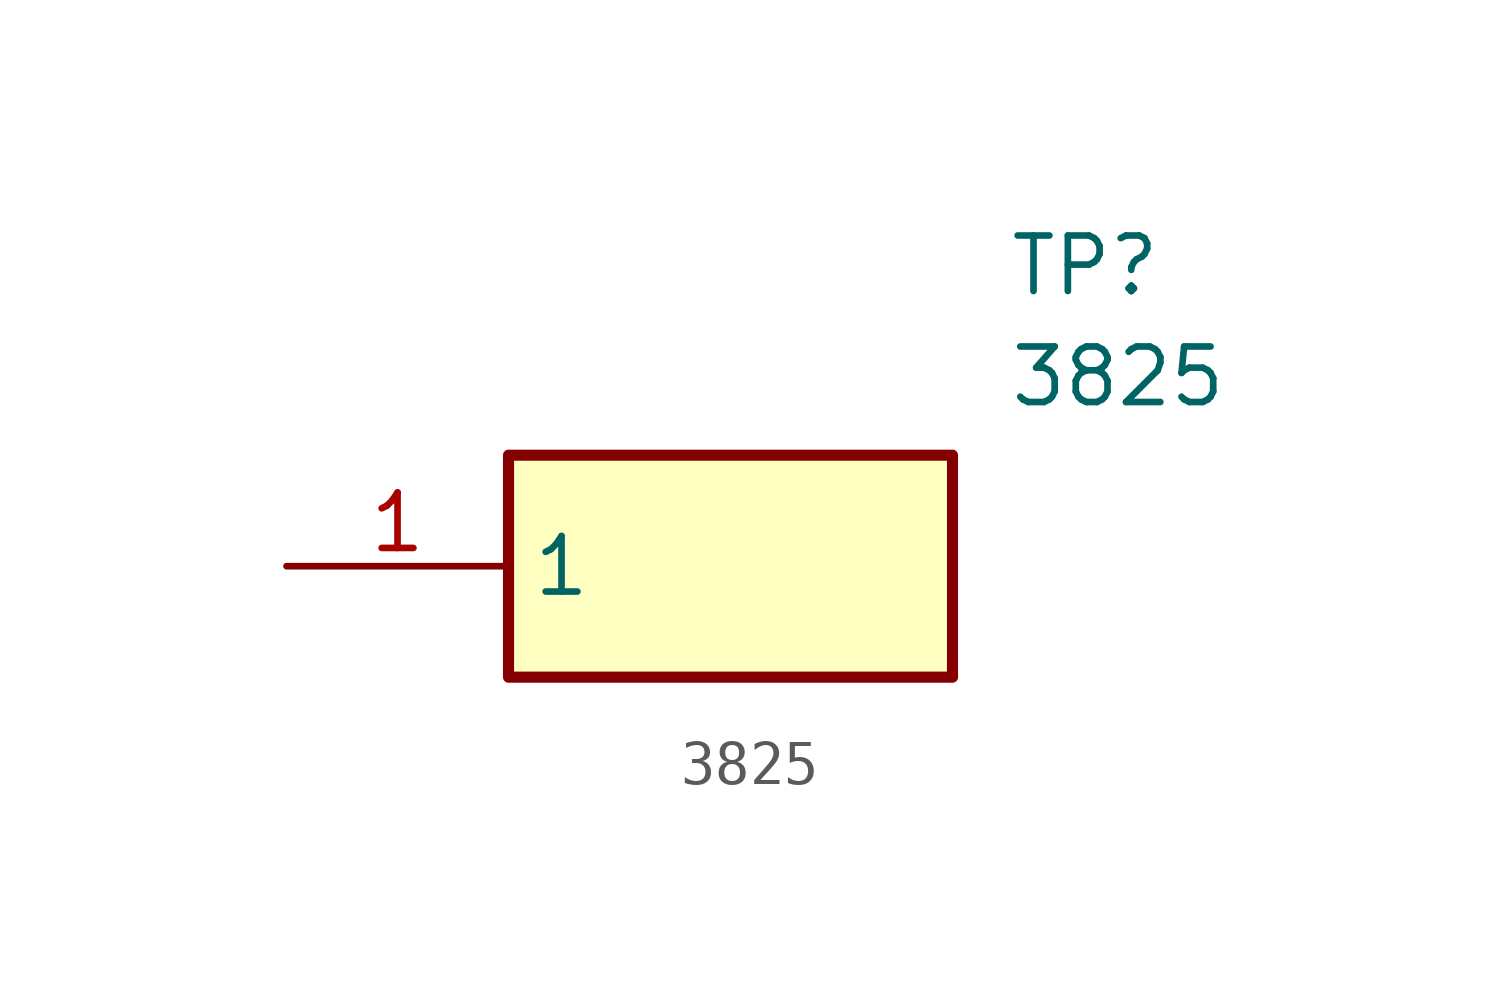
<source format=kicad_sym>
(kicad_symbol_lib
  (version 20211014)
  (generator SamacSys_ECAD_Model)
  (symbol "3825"
    (property "Reference" "TP"
      (at 16.51 7.62 0)
      (effects (font (size 1.27 1.27)) (justify left top)))
    (property "Value" "3825"
      (at 16.51 5.08 0)
      (effects (font (size 1.27 1.27)) (justify left top)))
    (rectangle
      (start 5.08 2.54)
      (end 15.24 -2.54)
      (stroke (width 0.254) (type default))
      (fill (type background)))
    (pin passive line
      (at 0 0 0)
      (length 5.08)
      (name "1" (effects (font (size 1.27 1.27))))
      (number "1" (effects (font (size 1.27 1.27)))))))
</source>
